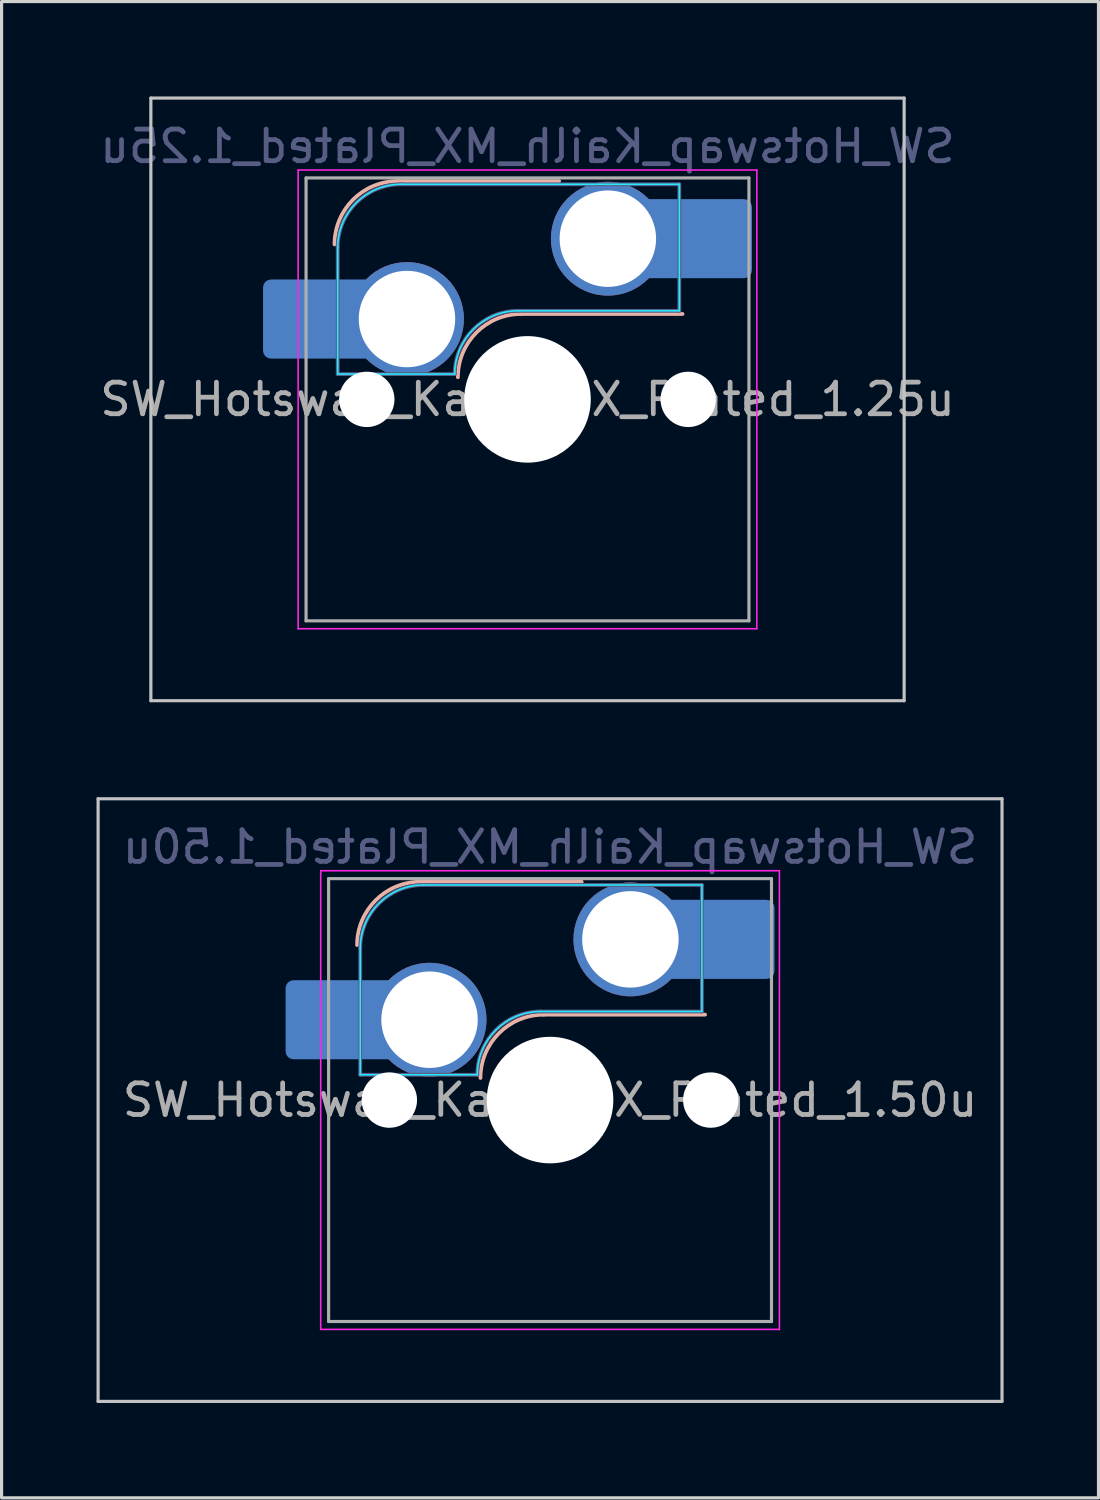
<source format=kicad_pcb>
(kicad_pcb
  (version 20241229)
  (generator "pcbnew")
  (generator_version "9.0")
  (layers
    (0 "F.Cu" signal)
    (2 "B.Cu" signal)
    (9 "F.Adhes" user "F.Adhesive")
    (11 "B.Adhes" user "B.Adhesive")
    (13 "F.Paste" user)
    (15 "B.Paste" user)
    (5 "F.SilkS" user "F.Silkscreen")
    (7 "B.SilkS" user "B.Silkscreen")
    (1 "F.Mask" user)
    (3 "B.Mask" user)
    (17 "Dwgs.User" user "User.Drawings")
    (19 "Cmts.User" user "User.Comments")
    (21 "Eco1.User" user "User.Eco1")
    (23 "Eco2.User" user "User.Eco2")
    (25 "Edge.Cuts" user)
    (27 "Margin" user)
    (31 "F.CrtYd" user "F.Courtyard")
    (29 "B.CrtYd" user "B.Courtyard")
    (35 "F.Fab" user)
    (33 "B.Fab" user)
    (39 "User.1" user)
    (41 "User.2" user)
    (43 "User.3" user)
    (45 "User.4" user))
  (footprint "SW_Hotswap_Kailh_MX_Plated_1.50u"
    (layer "F.Cu")
    (at 14.338 31.725)
    (property "Reference" "SW_Hotswap_Kailh_MX_Plated_1.50u" (at 0 -8 0) (layer "B.Fab") (effects (font (size 1 1) (thickness 0.15)) (justify mirror)))
    (attr smd)
    (fp_line (start -4.1 -6.9) (end 1 -6.9) (stroke (width 0.12) (type solid)) (layer "B.SilkS"))
    (fp_line (start -0.2 -2.7) (end 4.9 -2.7) (stroke (width 0.12) (type solid)) (layer "B.SilkS"))
    (fp_arc (start -6.1 -4.9) (mid -5.514214 -6.314214) (end -4.1 -6.9) (stroke (width 0.12) (type solid)) (layer "B.SilkS"))
    (fp_arc (start -2.2 -0.7) (mid -1.614214 -2.114214) (end -0.2 -2.7) (stroke (width 0.12) (type solid)) (layer "B.SilkS"))
    (fp_line (start -14.287 -9.525) (end -14.287 9.525) (stroke (width 0.1) (type solid)) (layer "Dwgs.User"))
    (fp_line (start -14.287 9.525) (end 14.287 9.525) (stroke (width 0.1) (type solid)) (layer "Dwgs.User"))
    (fp_line (start 14.287 -9.525) (end -14.287 -9.525) (stroke (width 0.1) (type solid)) (layer "Dwgs.User"))
    (fp_line (start 14.287 9.525) (end 14.287 -9.525) (stroke (width 0.1) (type solid)) (layer "Dwgs.User"))
    (fp_line (start -7.8 -6) (end -7 -6) (stroke (width 0.1) (type solid)) (layer "Eco1.User"))
    (fp_line (start -7.8 -2.9) (end -7.8 -6) (stroke (width 0.1) (type solid)) (layer "Eco1.User"))
    (fp_line (start -7.8 2.9) (end -7 2.9) (stroke (width 0.1) (type solid)) (layer "Eco1.User"))
    (fp_line (start -7.8 6) (end -7.8 2.9) (stroke (width 0.1) (type solid)) (layer "Eco1.User"))
    (fp_line (start -7 -7) (end 7 -7) (stroke (width 0.1) (type solid)) (layer "Eco1.User"))
    (fp_line (start -7 -6) (end -7 -7) (stroke (width 0.1) (type solid)) (layer "Eco1.User"))
    (fp_line (start -7 -2.9) (end -7.8 -2.9) (stroke (width 0.1) (type solid)) (layer "Eco1.User"))
    (fp_line (start -7 2.9) (end -7 -2.9) (stroke (width 0.1) (type solid)) (layer "Eco1.User"))
    (fp_line (start -7 6) (end -7.8 6) (stroke (width 0.1) (type solid)) (layer "Eco1.User"))
    (fp_line (start -7 7) (end -7 6) (stroke (width 0.1) (type solid)) (layer "Eco1.User"))
    (fp_line (start 7 -7) (end 7 -6) (stroke (width 0.1) (type solid)) (layer "Eco1.User"))
    (fp_line (start 7 -6) (end 7.8 -6) (stroke (width 0.1) (type solid)) (layer "Eco1.User"))
    (fp_line (start 7 -2.9) (end 7 2.9) (stroke (width 0.1) (type solid)) (layer "Eco1.User"))
    (fp_line (start 7 2.9) (end 7.8 2.9) (stroke (width 0.1) (type solid)) (layer "Eco1.User"))
    (fp_line (start 7 6) (end 7 7) (stroke (width 0.1) (type solid)) (layer "Eco1.User"))
    (fp_line (start 7 7) (end -7 7) (stroke (width 0.1) (type solid)) (layer "Eco1.User"))
    (fp_line (start 7.8 -6) (end 7.8 -2.9) (stroke (width 0.1) (type solid)) (layer "Eco1.User"))
    (fp_line (start 7.8 -2.9) (end 7 -2.9) (stroke (width 0.1) (type solid)) (layer "Eco1.User"))
    (fp_line (start 7.8 2.9) (end 7.8 6) (stroke (width 0.1) (type solid)) (layer "Eco1.User"))
    (fp_line (start 7.8 6) (end 7 6) (stroke (width 0.1) (type solid)) (layer "Eco1.User"))
    (fp_line (start -6 -0.8) (end -6 -4.8) (stroke (width 0.05) (type solid)) (layer "B.CrtYd"))
    (fp_line (start -6 -0.8) (end -2.3 -0.8) (stroke (width 0.05) (type solid)) (layer "B.CrtYd"))
    (fp_line (start -4 -6.8) (end 4.8 -6.8) (stroke (width 0.05) (type solid)) (layer "B.CrtYd"))
    (fp_line (start -0.3 -2.8) (end 4.8 -2.8) (stroke (width 0.05) (type solid)) (layer "B.CrtYd"))
    (fp_line (start 4.8 -6.8) (end 4.8 -2.8) (stroke (width 0.05) (type solid)) (layer "B.CrtYd"))
    (fp_arc (start -6 -4.8) (mid -5.414214 -6.214214) (end -4 -6.8) (stroke (width 0.05) (type solid)) (layer "B.CrtYd"))
    (fp_arc (start -2.3 -0.8) (mid -1.714214 -2.214214) (end -0.3 -2.8) (stroke (width 0.05) (type solid)) (layer "B.CrtYd"))
    (fp_line (start -7.25 -7.25) (end -7.25 7.25) (stroke (width 0.05) (type solid)) (layer "F.CrtYd"))
    (fp_line (start -7.25 7.25) (end 7.25 7.25) (stroke (width 0.05) (type solid)) (layer "F.CrtYd"))
    (fp_line (start 7.25 -7.25) (end -7.25 -7.25) (stroke (width 0.05) (type solid)) (layer "F.CrtYd"))
    (fp_line (start 7.25 7.25) (end 7.25 -7.25) (stroke (width 0.05) (type solid)) (layer "F.CrtYd"))
    (fp_line (start -6 -0.8) (end -6 -4.8) (stroke (width 0.12) (type solid)) (layer "B.Fab"))
    (fp_line (start -6 -0.8) (end -2.3 -0.8) (stroke (width 0.12) (type solid)) (layer "B.Fab"))
    (fp_line (start -4 -6.8) (end 4.8 -6.8) (stroke (width 0.12) (type solid)) (layer "B.Fab"))
    (fp_line (start -0.3 -2.8) (end 4.8 -2.8) (stroke (width 0.12) (type solid)) (layer "B.Fab"))
    (fp_line (start 4.8 -6.8) (end 4.8 -2.8) (stroke (width 0.12) (type solid)) (layer "B.Fab"))
    (fp_arc (start -6 -4.8) (mid -5.414214 -6.214214) (end -4 -6.8) (stroke (width 0.12) (type solid)) (layer "B.Fab"))
    (fp_arc (start -2.3 -0.8) (mid -1.714214 -2.214214) (end -0.3 -2.8) (stroke (width 0.12) (type solid)) (layer "B.Fab"))
    (fp_line (start -7 -7) (end -7 7) (stroke (width 0.1) (type solid)) (layer "F.Fab"))
    (fp_line (start -7 7) (end 7 7) (stroke (width 0.1) (type solid)) (layer "F.Fab"))
    (fp_line (start 7 -7) (end -7 -7) (stroke (width 0.1) (type solid)) (layer "F.Fab"))
    (fp_line (start 7 7) (end 7 -7) (stroke (width 0.1) (type solid)) (layer "F.Fab"))
    (fp_text user "${REFERENCE}" (at 0 0 0) (layer "F.Fab") (effects (font (size 1 1) (thickness 0.15))))
    (pad "" smd roundrect (at -7.085 -2.54) (size 2.55 2.5) (layers "B.Mask" "B.Paste") (roundrect_rratio 0.1))
    (pad "" np_thru_hole circle (at -5.08 0) (size 1.75 1.75) (drill 1.75) (layers "*.Cu" "*.Mask"))
    (pad "" np_thru_hole circle (at 0 0) (size 4 4) (drill 4) (layers "*.Cu" "*.Mask"))
    (pad "" np_thru_hole circle (at 5.08 0) (size 1.75 1.75) (drill 1.75) (layers "*.Cu" "*.Mask"))
    (pad "" smd roundrect (at 5.842 -5.08) (size 2.55 2.5) (layers "B.Mask" "B.Paste") (roundrect_rratio 0.1))
    (pad "1" smd roundrect (at -6.585 -2.54) (size 3.55 2.5) (layers "B.Cu") (roundrect_rratio 0.1))
    (pad "1" thru_hole circle (at -3.81 -2.54) (size 3.6 3.6) (drill 3.05) (layers "*.Cu" "*.Mask"))
    (pad "2" thru_hole circle (at 2.54 -5.08) (size 3.6 3.6) (drill 3.05) (layers "*.Cu" "*.Mask"))
    (pad "2" smd roundrect (at 5.32 -5.08) (size 3.55 2.5) (layers "B.Cu") (roundrect_rratio 0.1)))
  (footprint "SW_Hotswap_Kailh_MX_Plated_1.25u"
    (layer "F.Cu")
    (at 13.625 9.575)
    (property "Reference" "SW_Hotswap_Kailh_MX_Plated_1.25u" (at 0 -8 0) (layer "B.Fab") (effects (font (size 1 1) (thickness 0.15)) (justify mirror)))
    (attr smd)
    (fp_line (start -4.1 -6.9) (end 1 -6.9) (stroke (width 0.12) (type solid)) (layer "B.SilkS"))
    (fp_line (start -0.2 -2.7) (end 4.9 -2.7) (stroke (width 0.12) (type solid)) (layer "B.SilkS"))
    (fp_arc (start -6.1 -4.9) (mid -5.514214 -6.314214) (end -4.1 -6.9) (stroke (width 0.12) (type solid)) (layer "B.SilkS"))
    (fp_arc (start -2.2 -0.7) (mid -1.614214 -2.114214) (end -0.2 -2.7) (stroke (width 0.12) (type solid)) (layer "B.SilkS"))
    (fp_line (start -11.906 -9.525) (end -11.906 9.525) (stroke (width 0.1) (type solid)) (layer "Dwgs.User"))
    (fp_line (start -11.906 9.525) (end 11.906 9.525) (stroke (width 0.1) (type solid)) (layer "Dwgs.User"))
    (fp_line (start 11.906 -9.525) (end -11.906 -9.525) (stroke (width 0.1) (type solid)) (layer "Dwgs.User"))
    (fp_line (start 11.906 9.525) (end 11.906 -9.525) (stroke (width 0.1) (type solid)) (layer "Dwgs.User"))
    (fp_line (start -7.8 -6) (end -7 -6) (stroke (width 0.1) (type solid)) (layer "Eco1.User"))
    (fp_line (start -7.8 -2.9) (end -7.8 -6) (stroke (width 0.1) (type solid)) (layer "Eco1.User"))
    (fp_line (start -7.8 2.9) (end -7 2.9) (stroke (width 0.1) (type solid)) (layer "Eco1.User"))
    (fp_line (start -7.8 6) (end -7.8 2.9) (stroke (width 0.1) (type solid)) (layer "Eco1.User"))
    (fp_line (start -7 -7) (end 7 -7) (stroke (width 0.1) (type solid)) (layer "Eco1.User"))
    (fp_line (start -7 -6) (end -7 -7) (stroke (width 0.1) (type solid)) (layer "Eco1.User"))
    (fp_line (start -7 -2.9) (end -7.8 -2.9) (stroke (width 0.1) (type solid)) (layer "Eco1.User"))
    (fp_line (start -7 2.9) (end -7 -2.9) (stroke (width 0.1) (type solid)) (layer "Eco1.User"))
    (fp_line (start -7 6) (end -7.8 6) (stroke (width 0.1) (type solid)) (layer "Eco1.User"))
    (fp_line (start -7 7) (end -7 6) (stroke (width 0.1) (type solid)) (layer "Eco1.User"))
    (fp_line (start 7 -7) (end 7 -6) (stroke (width 0.1) (type solid)) (layer "Eco1.User"))
    (fp_line (start 7 -6) (end 7.8 -6) (stroke (width 0.1) (type solid)) (layer "Eco1.User"))
    (fp_line (start 7 -2.9) (end 7 2.9) (stroke (width 0.1) (type solid)) (layer "Eco1.User"))
    (fp_line (start 7 2.9) (end 7.8 2.9) (stroke (width 0.1) (type solid)) (layer "Eco1.User"))
    (fp_line (start 7 6) (end 7 7) (stroke (width 0.1) (type solid)) (layer "Eco1.User"))
    (fp_line (start 7 7) (end -7 7) (stroke (width 0.1) (type solid)) (layer "Eco1.User"))
    (fp_line (start 7.8 -6) (end 7.8 -2.9) (stroke (width 0.1) (type solid)) (layer "Eco1.User"))
    (fp_line (start 7.8 -2.9) (end 7 -2.9) (stroke (width 0.1) (type solid)) (layer "Eco1.User"))
    (fp_line (start 7.8 2.9) (end 7.8 6) (stroke (width 0.1) (type solid)) (layer "Eco1.User"))
    (fp_line (start 7.8 6) (end 7 6) (stroke (width 0.1) (type solid)) (layer "Eco1.User"))
    (fp_line (start -6 -0.8) (end -6 -4.8) (stroke (width 0.05) (type solid)) (layer "B.CrtYd"))
    (fp_line (start -6 -0.8) (end -2.3 -0.8) (stroke (width 0.05) (type solid)) (layer "B.CrtYd"))
    (fp_line (start -4 -6.8) (end 4.8 -6.8) (stroke (width 0.05) (type solid)) (layer "B.CrtYd"))
    (fp_line (start -0.3 -2.8) (end 4.8 -2.8) (stroke (width 0.05) (type solid)) (layer "B.CrtYd"))
    (fp_line (start 4.8 -6.8) (end 4.8 -2.8) (stroke (width 0.05) (type solid)) (layer "B.CrtYd"))
    (fp_arc (start -6 -4.8) (mid -5.414214 -6.214214) (end -4 -6.8) (stroke (width 0.05) (type solid)) (layer "B.CrtYd"))
    (fp_arc (start -2.3 -0.8) (mid -1.714214 -2.214214) (end -0.3 -2.8) (stroke (width 0.05) (type solid)) (layer "B.CrtYd"))
    (fp_line (start -7.25 -7.25) (end -7.25 7.25) (stroke (width 0.05) (type solid)) (layer "F.CrtYd"))
    (fp_line (start -7.25 7.25) (end 7.25 7.25) (stroke (width 0.05) (type solid)) (layer "F.CrtYd"))
    (fp_line (start 7.25 -7.25) (end -7.25 -7.25) (stroke (width 0.05) (type solid)) (layer "F.CrtYd"))
    (fp_line (start 7.25 7.25) (end 7.25 -7.25) (stroke (width 0.05) (type solid)) (layer "F.CrtYd"))
    (fp_line (start -6 -0.8) (end -6 -4.8) (stroke (width 0.12) (type solid)) (layer "B.Fab"))
    (fp_line (start -6 -0.8) (end -2.3 -0.8) (stroke (width 0.12) (type solid)) (layer "B.Fab"))
    (fp_line (start -4 -6.8) (end 4.8 -6.8) (stroke (width 0.12) (type solid)) (layer "B.Fab"))
    (fp_line (start -0.3 -2.8) (end 4.8 -2.8) (stroke (width 0.12) (type solid)) (layer "B.Fab"))
    (fp_line (start 4.8 -6.8) (end 4.8 -2.8) (stroke (width 0.12) (type solid)) (layer "B.Fab"))
    (fp_arc (start -6 -4.8) (mid -5.414214 -6.214214) (end -4 -6.8) (stroke (width 0.12) (type solid)) (layer "B.Fab"))
    (fp_arc (start -2.3 -0.8) (mid -1.714214 -2.214214) (end -0.3 -2.8) (stroke (width 0.12) (type solid)) (layer "B.Fab"))
    (fp_line (start -7 -7) (end -7 7) (stroke (width 0.1) (type solid)) (layer "F.Fab"))
    (fp_line (start -7 7) (end 7 7) (stroke (width 0.1) (type solid)) (layer "F.Fab"))
    (fp_line (start 7 -7) (end -7 -7) (stroke (width 0.1) (type solid)) (layer "F.Fab"))
    (fp_line (start 7 7) (end 7 -7) (stroke (width 0.1) (type solid)) (layer "F.Fab"))
    (fp_text user "${REFERENCE}" (at 0 0 0) (layer "F.Fab") (effects (font (size 1 1) (thickness 0.15))))
    (pad "" smd roundrect (at -7.085 -2.54) (size 2.55 2.5) (layers "B.Mask" "B.Paste") (roundrect_rratio 0.1))
    (pad "" np_thru_hole circle (at -5.08 0) (size 1.75 1.75) (drill 1.75) (layers "*.Cu" "*.Mask"))
    (pad "" np_thru_hole circle (at 0 0) (size 4 4) (drill 4) (layers "*.Cu" "*.Mask"))
    (pad "" np_thru_hole circle (at 5.08 0) (size 1.75 1.75) (drill 1.75) (layers "*.Cu" "*.Mask"))
    (pad "" smd roundrect (at 5.842 -5.08) (size 2.55 2.5) (layers "B.Mask" "B.Paste") (roundrect_rratio 0.1))
    (pad "1" smd roundrect (at -6.585 -2.54) (size 3.55 2.5) (layers "B.Cu") (roundrect_rratio 0.1))
    (pad "1" thru_hole circle (at -3.81 -2.54) (size 3.6 3.6) (drill 3.05) (layers "*.Cu" "*.Mask"))
    (pad "2" thru_hole circle (at 2.54 -5.08) (size 3.6 3.6) (drill 3.05) (layers "*.Cu" "*.Mask"))
    (pad "2" smd roundrect (at 5.32 -5.08) (size 3.55 2.5) (layers "B.Cu") (roundrect_rratio 0.1)))
  (gr_rect
    (start -3 -3)
    (end 31.675 44.3)
    (stroke (width 0.1) (type default))
    (fill no)
    (layer "Edge.Cuts")))
</source>
